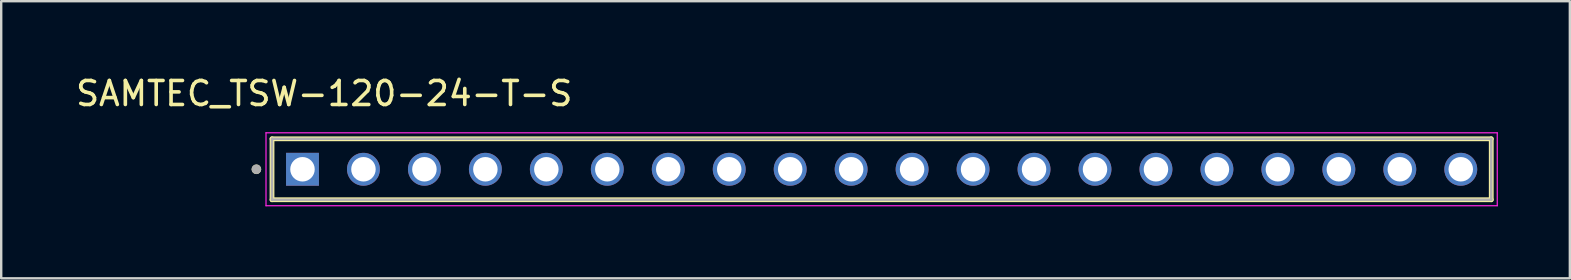
<source format=kicad_pcb>
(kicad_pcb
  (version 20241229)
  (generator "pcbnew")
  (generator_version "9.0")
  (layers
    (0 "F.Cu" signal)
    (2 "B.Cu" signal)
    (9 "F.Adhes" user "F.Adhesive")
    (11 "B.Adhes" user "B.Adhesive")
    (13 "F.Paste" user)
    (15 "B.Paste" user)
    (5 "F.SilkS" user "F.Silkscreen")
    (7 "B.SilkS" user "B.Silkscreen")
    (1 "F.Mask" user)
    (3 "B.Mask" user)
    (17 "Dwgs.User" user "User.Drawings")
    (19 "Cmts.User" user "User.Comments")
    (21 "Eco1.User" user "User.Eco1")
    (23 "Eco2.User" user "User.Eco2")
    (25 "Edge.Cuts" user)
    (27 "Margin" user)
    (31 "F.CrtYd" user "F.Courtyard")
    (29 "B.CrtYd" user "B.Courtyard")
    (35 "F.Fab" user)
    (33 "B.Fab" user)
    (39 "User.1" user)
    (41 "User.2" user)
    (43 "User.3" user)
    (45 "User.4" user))
  (footprint "SAMTEC_TSW-120-24-T-S"
    (layer "F.Cu")
    (at 9.553 4.003)
    (property "Reference" "SAMTEC_TSW-120-24-T-S" (at 0.905 -3.155 0) (layer "F.SilkS") (effects (font (size 1 1) (thickness 0.15))))
    (attr through_hole)
    (fp_line (start -1.27 1.27) (end -1.27 -1.27) (stroke (width 0.2) (type solid)) (layer "F.SilkS"))
    (fp_line (start 49.53 -1.27) (end -1.27 -1.27) (stroke (width 0.2) (type solid)) (layer "F.SilkS"))
    (fp_line (start 49.53 -1.27) (end 49.53 1.27) (stroke (width 0.2) (type solid)) (layer "F.SilkS"))
    (fp_line (start 49.53 1.27) (end -1.27 1.27) (stroke (width 0.2) (type solid)) (layer "F.SilkS"))
    (fp_circle (center -1.92 0) (end -1.82 0) (stroke (width 0.2) (type solid)) (fill no) (layer "F.SilkS"))
    (fp_line (start -1.52 -1.52) (end 49.78 -1.52) (stroke (width 0.05) (type solid)) (layer "F.CrtYd"))
    (fp_line (start -1.52 1.52) (end -1.52 -1.52) (stroke (width 0.05) (type solid)) (layer "F.CrtYd"))
    (fp_line (start 49.78 -1.52) (end 49.78 1.52) (stroke (width 0.05) (type solid)) (layer "F.CrtYd"))
    (fp_line (start 49.78 1.52) (end -1.52 1.52) (stroke (width 0.05) (type solid)) (layer "F.CrtYd"))
    (fp_line (start -1.27 -1.27) (end 49.53 -1.27) (stroke (width 0.1) (type solid)) (layer "F.Fab"))
    (fp_line (start -1.27 1.27) (end -1.27 -1.27) (stroke (width 0.1) (type solid)) (layer "F.Fab"))
    (fp_line (start 49.53 -1.27) (end 49.53 1.27) (stroke (width 0.1) (type solid)) (layer "F.Fab"))
    (fp_line (start 49.53 1.27) (end -1.27 1.27) (stroke (width 0.1) (type solid)) (layer "F.Fab"))
    (fp_circle (center -1.92 0) (end -1.82 0) (stroke (width 0.2) (type solid)) (fill no) (layer "F.Fab"))
    (pad "01" thru_hole rect (at 0 0) (size 1.37 1.37) (drill 1.02) (layers "*.Cu" "*.Mask"))
    (pad "02" thru_hole circle (at 2.54 0) (size 1.37 1.37) (drill 1.02) (layers "*.Cu" "*.Mask"))
    (pad "03" thru_hole circle (at 5.08 0) (size 1.37 1.37) (drill 1.02) (layers "*.Cu" "*.Mask"))
    (pad "04" thru_hole circle (at 7.62 0) (size 1.37 1.37) (drill 1.02) (layers "*.Cu" "*.Mask"))
    (pad "05" thru_hole circle (at 10.16 0) (size 1.37 1.37) (drill 1.02) (layers "*.Cu" "*.Mask"))
    (pad "06" thru_hole circle (at 12.7 0) (size 1.37 1.37) (drill 1.02) (layers "*.Cu" "*.Mask"))
    (pad "07" thru_hole circle (at 15.24 0) (size 1.37 1.37) (drill 1.02) (layers "*.Cu" "*.Mask"))
    (pad "08" thru_hole circle (at 17.78 0) (size 1.37 1.37) (drill 1.02) (layers "*.Cu" "*.Mask"))
    (pad "09" thru_hole circle (at 20.32 0) (size 1.37 1.37) (drill 1.02) (layers "*.Cu" "*.Mask"))
    (pad "10" thru_hole circle (at 22.86 0) (size 1.37 1.37) (drill 1.02) (layers "*.Cu" "*.Mask"))
    (pad "11" thru_hole circle (at 25.4 0) (size 1.37 1.37) (drill 1.02) (layers "*.Cu" "*.Mask"))
    (pad "12" thru_hole circle (at 27.94 0) (size 1.37 1.37) (drill 1.02) (layers "*.Cu" "*.Mask"))
    (pad "13" thru_hole circle (at 30.48 0) (size 1.37 1.37) (drill 1.02) (layers "*.Cu" "*.Mask"))
    (pad "14" thru_hole circle (at 33.02 0) (size 1.37 1.37) (drill 1.02) (layers "*.Cu" "*.Mask"))
    (pad "15" thru_hole circle (at 35.56 0) (size 1.37 1.37) (drill 1.02) (layers "*.Cu" "*.Mask"))
    (pad "16" thru_hole circle (at 38.1 0) (size 1.37 1.37) (drill 1.02) (layers "*.Cu" "*.Mask"))
    (pad "17" thru_hole circle (at 40.64 0) (size 1.37 1.37) (drill 1.02) (layers "*.Cu" "*.Mask"))
    (pad "18" thru_hole circle (at 43.18 0) (size 1.37 1.37) (drill 1.02) (layers "*.Cu" "*.Mask"))
    (pad "19" thru_hole circle (at 45.72 0) (size 1.37 1.37) (drill 1.02) (layers "*.Cu" "*.Mask"))
    (pad "20" thru_hole circle (at 48.26 0) (size 1.37 1.37) (drill 1.02) (layers "*.Cu" "*.Mask")))
  (gr_rect
    (start -3 -3)
    (end 62.358 8.548)
    (stroke (width 0.1) (type default))
    (fill no)
    (layer "Edge.Cuts")))
</source>
